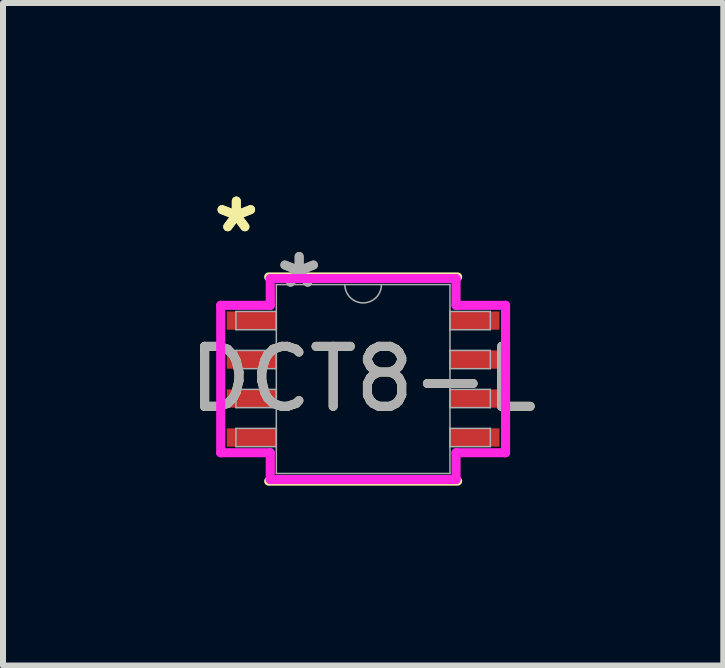
<source format=kicad_pcb>
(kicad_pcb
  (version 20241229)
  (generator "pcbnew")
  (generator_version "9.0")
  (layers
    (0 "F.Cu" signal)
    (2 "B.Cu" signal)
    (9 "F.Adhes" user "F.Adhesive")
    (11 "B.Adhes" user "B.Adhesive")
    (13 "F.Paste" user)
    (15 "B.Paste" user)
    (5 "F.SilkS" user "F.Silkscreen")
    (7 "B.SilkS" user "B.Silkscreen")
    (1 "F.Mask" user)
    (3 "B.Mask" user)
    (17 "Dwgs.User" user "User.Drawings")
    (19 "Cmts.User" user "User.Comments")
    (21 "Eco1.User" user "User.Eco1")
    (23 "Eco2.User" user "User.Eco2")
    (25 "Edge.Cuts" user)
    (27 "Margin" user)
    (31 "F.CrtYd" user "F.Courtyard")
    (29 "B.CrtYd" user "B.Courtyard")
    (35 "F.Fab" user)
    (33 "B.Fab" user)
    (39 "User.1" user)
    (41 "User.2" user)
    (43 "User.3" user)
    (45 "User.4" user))
  (footprint "DCT8-L"
    (layer "F.Cu")
    (at 3.006 3.271)
    (property "Reference" "DCT8-L" (at 0 0 0) (unlocked yes) (layer "F.SilkS") (effects (font (size 1 1) (thickness 0.15))))
    (attr smd)
    (fp_line (start -1.575 1.702) (end 1.575 1.702) (stroke (width 0.152) (type solid)) (layer "F.SilkS"))
    (fp_line (start 1.575 -1.702) (end -1.575 -1.702) (stroke (width 0.152) (type solid)) (layer "F.SilkS"))
    (fp_line (start -2.375 -1.229) (end -1.549 -1.229) (stroke (width 0.152) (type solid)) (layer "F.CrtYd"))
    (fp_line (start -2.375 1.229) (end -2.375 -1.229) (stroke (width 0.152) (type solid)) (layer "F.CrtYd"))
    (fp_line (start -2.375 1.229) (end -1.549 1.229) (stroke (width 0.152) (type solid)) (layer "F.CrtYd"))
    (fp_line (start -1.549 -1.676) (end 1.549 -1.676) (stroke (width 0.152) (type solid)) (layer "F.CrtYd"))
    (fp_line (start -1.549 -1.229) (end -1.549 -1.676) (stroke (width 0.152) (type solid)) (layer "F.CrtYd"))
    (fp_line (start -1.549 1.676) (end -1.549 1.229) (stroke (width 0.152) (type solid)) (layer "F.CrtYd"))
    (fp_line (start 1.549 -1.676) (end 1.549 -1.229) (stroke (width 0.152) (type solid)) (layer "F.CrtYd"))
    (fp_line (start 1.549 1.229) (end 1.549 1.676) (stroke (width 0.152) (type solid)) (layer "F.CrtYd"))
    (fp_line (start 1.549 1.676) (end -1.549 1.676) (stroke (width 0.152) (type solid)) (layer "F.CrtYd"))
    (fp_line (start 2.375 -1.229) (end 1.549 -1.229) (stroke (width 0.152) (type solid)) (layer "F.CrtYd"))
    (fp_line (start 2.375 -1.229) (end 2.375 1.229) (stroke (width 0.152) (type solid)) (layer "F.CrtYd"))
    (fp_line (start 2.375 1.229) (end 1.549 1.229) (stroke (width 0.152) (type solid)) (layer "F.CrtYd"))
    (fp_line (start -2.121 -1.127) (end -2.121 -0.823) (stroke (width 0.025) (type solid)) (layer "F.Fab"))
    (fp_line (start -2.121 -0.823) (end -1.448 -0.823) (stroke (width 0.025) (type solid)) (layer "F.Fab"))
    (fp_line (start -2.121 -0.477) (end -2.121 -0.173) (stroke (width 0.025) (type solid)) (layer "F.Fab"))
    (fp_line (start -2.121 -0.173) (end -1.448 -0.173) (stroke (width 0.025) (type solid)) (layer "F.Fab"))
    (fp_line (start -2.121 0.173) (end -2.121 0.477) (stroke (width 0.025) (type solid)) (layer "F.Fab"))
    (fp_line (start -2.121 0.477) (end -1.448 0.477) (stroke (width 0.025) (type solid)) (layer "F.Fab"))
    (fp_line (start -2.121 0.823) (end -2.121 1.127) (stroke (width 0.025) (type solid)) (layer "F.Fab"))
    (fp_line (start -2.121 1.127) (end -1.448 1.127) (stroke (width 0.025) (type solid)) (layer "F.Fab"))
    (fp_line (start -1.448 -1.575) (end -1.448 1.575) (stroke (width 0.025) (type solid)) (layer "F.Fab"))
    (fp_line (start -1.448 -1.127) (end -2.121 -1.127) (stroke (width 0.025) (type solid)) (layer "F.Fab"))
    (fp_line (start -1.448 -0.823) (end -1.448 -1.127) (stroke (width 0.025) (type solid)) (layer "F.Fab"))
    (fp_line (start -1.448 -0.477) (end -2.121 -0.477) (stroke (width 0.025) (type solid)) (layer "F.Fab"))
    (fp_line (start -1.448 -0.173) (end -1.448 -0.477) (stroke (width 0.025) (type solid)) (layer "F.Fab"))
    (fp_line (start -1.448 0.173) (end -2.121 0.173) (stroke (width 0.025) (type solid)) (layer "F.Fab"))
    (fp_line (start -1.448 0.477) (end -1.448 0.173) (stroke (width 0.025) (type solid)) (layer "F.Fab"))
    (fp_line (start -1.448 0.823) (end -2.121 0.823) (stroke (width 0.025) (type solid)) (layer "F.Fab"))
    (fp_line (start -1.448 1.127) (end -1.448 0.823) (stroke (width 0.025) (type solid)) (layer "F.Fab"))
    (fp_line (start -1.448 1.575) (end 1.448 1.575) (stroke (width 0.025) (type solid)) (layer "F.Fab"))
    (fp_line (start 1.448 -1.575) (end -1.448 -1.575) (stroke (width 0.025) (type solid)) (layer "F.Fab"))
    (fp_line (start 1.448 -1.127) (end 1.448 -0.823) (stroke (width 0.025) (type solid)) (layer "F.Fab"))
    (fp_line (start 1.448 -0.823) (end 2.121 -0.823) (stroke (width 0.025) (type solid)) (layer "F.Fab"))
    (fp_line (start 1.448 -0.477) (end 1.448 -0.173) (stroke (width 0.025) (type solid)) (layer "F.Fab"))
    (fp_line (start 1.448 -0.173) (end 2.121 -0.173) (stroke (width 0.025) (type solid)) (layer "F.Fab"))
    (fp_line (start 1.448 0.173) (end 1.448 0.477) (stroke (width 0.025) (type solid)) (layer "F.Fab"))
    (fp_line (start 1.448 0.477) (end 2.121 0.477) (stroke (width 0.025) (type solid)) (layer "F.Fab"))
    (fp_line (start 1.448 0.823) (end 1.448 1.127) (stroke (width 0.025) (type solid)) (layer "F.Fab"))
    (fp_line (start 1.448 1.127) (end 2.121 1.127) (stroke (width 0.025) (type solid)) (layer "F.Fab"))
    (fp_line (start 1.448 1.575) (end 1.448 -1.575) (stroke (width 0.025) (type solid)) (layer "F.Fab"))
    (fp_line (start 2.121 -1.127) (end 1.448 -1.127) (stroke (width 0.025) (type solid)) (layer "F.Fab"))
    (fp_line (start 2.121 -0.823) (end 2.121 -1.127) (stroke (width 0.025) (type solid)) (layer "F.Fab"))
    (fp_line (start 2.121 -0.477) (end 1.448 -0.477) (stroke (width 0.025) (type solid)) (layer "F.Fab"))
    (fp_line (start 2.121 -0.173) (end 2.121 -0.477) (stroke (width 0.025) (type solid)) (layer "F.Fab"))
    (fp_line (start 2.121 0.173) (end 1.448 0.173) (stroke (width 0.025) (type solid)) (layer "F.Fab"))
    (fp_line (start 2.121 0.477) (end 2.121 0.173) (stroke (width 0.025) (type solid)) (layer "F.Fab"))
    (fp_line (start 2.121 0.823) (end 1.448 0.823) (stroke (width 0.025) (type solid)) (layer "F.Fab"))
    (fp_line (start 2.121 1.127) (end 2.121 0.823) (stroke (width 0.025) (type solid)) (layer "F.Fab"))
    (fp_arc (start 0.3048 -1.5748) (mid 0 -1.27) (end -0.3048 -1.5748) (stroke (width 0.0254) (type solid)) (layer "F.Fab"))
    (fp_text user "*" (at -2.115 -2.423 0) (layer "F.SilkS") (effects (font (size 1 1) (thickness 0.15))))
    (fp_text user "*" (at -2.115 -2.423 0) (unlocked yes) (layer "F.SilkS") (effects (font (size 1 1) (thickness 0.15))))
    (fp_text user "*" (at -1.067 -1.499 0) (unlocked yes) (layer "F.Fab") (effects (font (size 1 1) (thickness 0.15))))
    (fp_text user "*" (at -1.067 -1.499 0) (layer "F.Fab") (effects (font (size 1 1) (thickness 0.15))))
    (fp_text user "${REFERENCE}" (at 0 0 0) (unlocked yes) (layer "F.Fab") (effects (font (size 1 1) (thickness 0.15))))
    (pad "1" smd rect (at -1.861 -0.975) (size 0.826 0.305) (layers "F.Cu" "F.Mask" "F.Paste"))
    (pad "2" smd rect (at -1.861 -0.325) (size 0.826 0.305) (layers "F.Cu" "F.Mask" "F.Paste"))
    (pad "3" smd rect (at -1.861 0.325) (size 0.826 0.305) (layers "F.Cu" "F.Mask" "F.Paste"))
    (pad "4" smd rect (at -1.861 0.975) (size 0.826 0.305) (layers "F.Cu" "F.Mask" "F.Paste"))
    (pad "5" smd rect (at 1.861 0.975) (size 0.826 0.305) (layers "F.Cu" "F.Mask" "F.Paste"))
    (pad "6" smd rect (at 1.861 0.325) (size 0.826 0.305) (layers "F.Cu" "F.Mask" "F.Paste"))
    (pad "7" smd rect (at 1.861 -0.325) (size 0.826 0.305) (layers "F.Cu" "F.Mask" "F.Paste"))
    (pad "8" smd rect (at 1.861 -0.975) (size 0.826 0.305) (layers "F.Cu" "F.Mask" "F.Paste")))
  (gr_rect
    (start -3 -3)
    (end 9.012 8.049)
    (stroke (width 0.1) (type default))
    (fill no)
    (layer "Edge.Cuts")))
</source>
